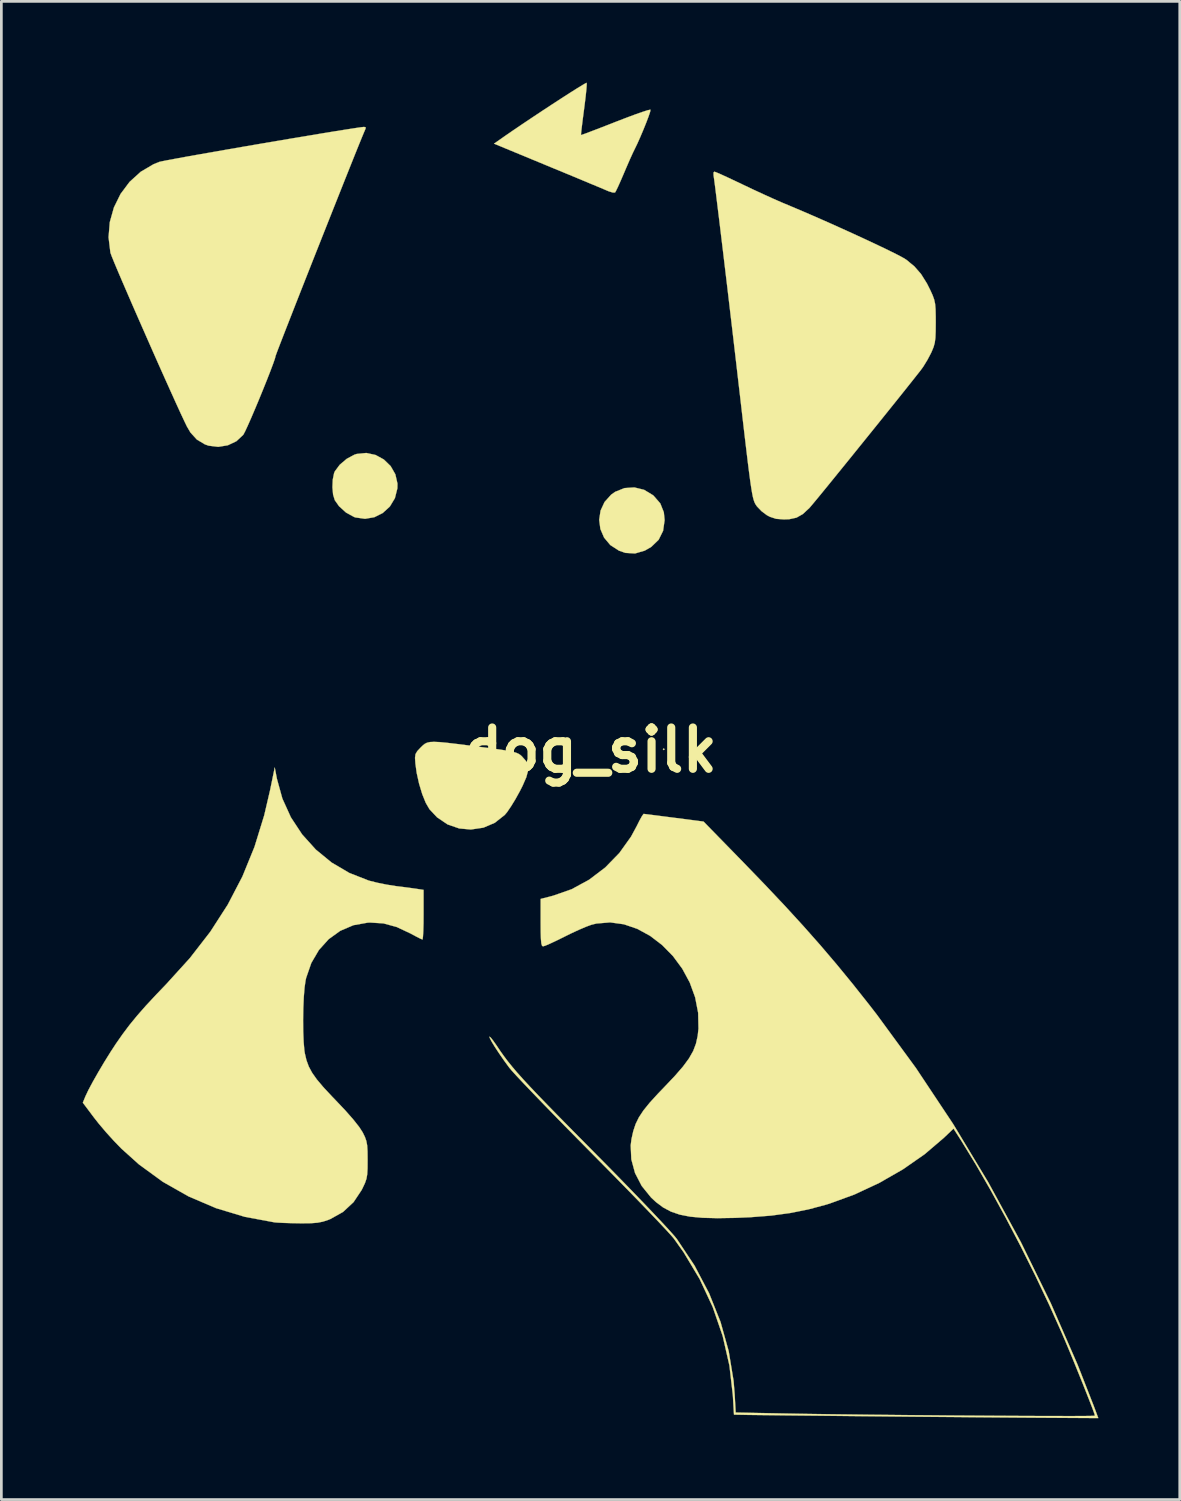
<source format=kicad_pcb>
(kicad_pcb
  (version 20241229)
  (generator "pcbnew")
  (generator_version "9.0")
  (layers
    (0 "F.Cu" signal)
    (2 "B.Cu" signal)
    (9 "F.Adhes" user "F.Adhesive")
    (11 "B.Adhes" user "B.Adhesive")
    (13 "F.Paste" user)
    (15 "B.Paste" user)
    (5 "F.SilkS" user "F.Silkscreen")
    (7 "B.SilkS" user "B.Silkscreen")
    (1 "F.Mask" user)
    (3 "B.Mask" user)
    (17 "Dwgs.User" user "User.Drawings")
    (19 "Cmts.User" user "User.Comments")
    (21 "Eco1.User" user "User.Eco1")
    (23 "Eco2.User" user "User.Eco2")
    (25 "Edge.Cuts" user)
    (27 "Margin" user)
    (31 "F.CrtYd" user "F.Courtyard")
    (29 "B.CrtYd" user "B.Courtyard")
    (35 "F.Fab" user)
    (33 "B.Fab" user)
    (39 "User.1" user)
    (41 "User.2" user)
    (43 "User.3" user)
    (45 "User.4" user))
  (footprint "dog_silk"
    (layer "F.Cu")
    (at 18.733 24.618)
    (property "Reference" "dog_silk" (at 0 0 0) (layer "F.SilkS") (effects (font (size 1.524 1.524) (thickness 0.3))))
    (attr through_hole)
    (fp_poly (pts (xy 2.731 -0.032) (xy 2.699 0) (xy 2.667 -0.032) (xy 2.699 -0.064) (xy 2.731 -0.032)) (stroke (width 0.01) (type solid)) (fill yes) (layer "F.SilkS"))
    (fp_poly (pts (xy 1.975 -9.601) (xy 2.302 -9.403) (xy 2.328 -9.38) (xy 2.572 -9.099) (xy 2.702 -8.773) (xy 2.731 -8.483) (xy 2.675 -8.089) (xy 2.511 -7.759) (xy 2.238 -7.496) (xy 2 -7.359) (xy 1.641 -7.254) (xy 1.284 -7.275) (xy 1.047 -7.357) (xy 0.728 -7.564) (xy 0.499 -7.837) (xy 0.362 -8.156) (xy 0.318 -8.496) (xy 0.369 -8.835) (xy 0.516 -9.152) (xy 0.76 -9.423) (xy 0.907 -9.527) (xy 1.251 -9.665) (xy 1.615 -9.689) (xy 1.975 -9.601)) (stroke (width 0.01) (type solid)) (fill yes) (layer "F.SilkS"))
    (fp_poly (pts (xy -7.929 -10.886) (xy -7.624 -10.719) (xy -7.374 -10.476) (xy -7.201 -10.174) (xy -7.123 -9.831) (xy -7.126 -9.656) (xy -7.217 -9.294) (xy -7.403 -8.986) (xy -7.663 -8.748) (xy -7.975 -8.591) (xy -8.318 -8.532) (xy -8.672 -8.582) (xy -8.723 -8.6) (xy -9.017 -8.76) (xy -9.279 -8.998) (xy -9.435 -9.22) (xy -9.497 -9.425) (xy -9.521 -9.695) (xy -9.509 -9.977) (xy -9.461 -10.214) (xy -9.433 -10.281) (xy -9.253 -10.524) (xy -8.997 -10.742) (xy -8.715 -10.895) (xy -8.627 -10.924) (xy -8.27 -10.96) (xy -7.929 -10.886)) (stroke (width 0.01) (type solid)) (fill yes) (layer "F.SilkS"))
    (fp_poly (pts (xy -5.566 -0.296) (xy -5.288 -0.269) (xy -4.923 -0.226) (xy -4.455 -0.167) (xy -4.166 -0.13) (xy -3.699 -0.069) (xy -3.341 -0.02) (xy -3.075 0.021) (xy -2.883 0.059) (xy -2.749 0.095) (xy -2.655 0.136) (xy -2.584 0.183) (xy -2.532 0.23) (xy -2.388 0.395) (xy -2.312 0.564) (xy -2.306 0.759) (xy -2.371 1.002) (xy -2.507 1.314) (xy -2.609 1.515) (xy -2.767 1.801) (xy -2.93 2.068) (xy -3.074 2.28) (xy -3.163 2.388) (xy -3.53 2.679) (xy -3.953 2.86) (xy -4.416 2.928) (xy -4.846 2.889) (xy -5.276 2.74) (xy -5.663 2.478) (xy -5.942 2.18) (xy -6.079 1.945) (xy -6.21 1.62) (xy -6.325 1.239) (xy -6.414 0.838) (xy -6.461 0.494) (xy -6.475 0.283) (xy -6.457 0.148) (xy -6.391 0.036) (xy -6.27 -0.093) (xy -6.19 -0.171) (xy -6.116 -0.231) (xy -6.032 -0.273) (xy -5.923 -0.298) (xy -5.773 -0.305) (xy -5.566 -0.296)) (stroke (width 0.01) (type solid)) (fill yes) (layer "F.SilkS"))
    (fp_poly (pts (xy -0.142 -24.543) (xy -0.155 -24.37) (xy -0.181 -24.116) (xy -0.219 -23.805) (xy -0.24 -23.642) (xy -0.283 -23.313) (xy -0.318 -23.032) (xy -0.343 -22.822) (xy -0.354 -22.704) (xy -0.354 -22.687) (xy -0.294 -22.705) (xy -0.134 -22.763) (xy 0.11 -22.856) (xy 0.421 -22.975) (xy 0.78 -23.115) (xy 0.924 -23.172) (xy 1.298 -23.316) (xy 1.629 -23.44) (xy 1.902 -23.536) (xy 2.097 -23.599) (xy 2.2 -23.622) (xy 2.21 -23.62) (xy 2.196 -23.541) (xy 2.14 -23.375) (xy 2.054 -23.147) (xy 1.949 -22.887) (xy 1.836 -22.62) (xy 1.727 -22.375) (xy 1.639 -22.193) (xy 1.559 -22.029) (xy 1.448 -21.784) (xy 1.322 -21.495) (xy 1.228 -21.273) (xy 1.112 -21.004) (xy 1.012 -20.78) (xy 0.937 -20.626) (xy 0.902 -20.567) (xy 0.822 -20.566) (xy 0.673 -20.611) (xy 0.603 -20.64) (xy 0.484 -20.691) (xy 0.263 -20.784) (xy -0.043 -20.911) (xy -0.418 -21.068) (xy -0.846 -21.246) (xy -1.312 -21.438) (xy -1.606 -21.56) (xy -3.561 -22.369) (xy -3.162 -22.648) (xy -2.86 -22.856) (xy -2.518 -23.088) (xy -2.152 -23.333) (xy -1.777 -23.582) (xy -1.407 -23.825) (xy -1.058 -24.052) (xy -0.745 -24.253) (xy -0.482 -24.419) (xy -0.285 -24.539) (xy -0.169 -24.605) (xy -0.145 -24.613) (xy -0.142 -24.543)) (stroke (width 0.01) (type solid)) (fill yes) (layer "F.SilkS"))
    (fp_poly (pts (xy -8.288 -22.963) (xy -8.319 -22.876) (xy -8.353 -22.798) (xy -8.429 -22.615) (xy -8.542 -22.338) (xy -8.687 -21.979) (xy -8.859 -21.549) (xy -9.054 -21.061) (xy -9.267 -20.525) (xy -9.494 -19.954) (xy -9.73 -19.359) (xy -9.971 -18.751) (xy -10.212 -18.143) (xy -10.448 -17.545) (xy -10.675 -16.969) (xy -10.888 -16.427) (xy -11.082 -15.931) (xy -11.254 -15.492) (xy -11.398 -15.121) (xy -11.51 -14.831) (xy -11.585 -14.633) (xy -11.619 -14.538) (xy -11.62 -14.532) (xy -11.644 -14.437) (xy -11.711 -14.246) (xy -11.811 -13.98) (xy -11.936 -13.66) (xy -12.078 -13.307) (xy -12.228 -12.94) (xy -12.378 -12.582) (xy -12.519 -12.252) (xy -12.643 -11.971) (xy -12.741 -11.76) (xy -12.805 -11.639) (xy -12.812 -11.629) (xy -13.062 -11.395) (xy -13.38 -11.244) (xy -13.733 -11.186) (xy -14.086 -11.229) (xy -14.224 -11.277) (xy -14.522 -11.455) (xy -14.756 -11.712) (xy -14.889 -11.938) (xy -14.985 -12.137) (xy -15.12 -12.425) (xy -15.287 -12.79) (xy -15.48 -13.217) (xy -15.694 -13.693) (xy -15.923 -14.205) (xy -16.16 -14.74) (xy -16.399 -15.283) (xy -16.636 -15.822) (xy -16.864 -16.342) (xy -17.076 -16.832) (xy -17.268 -17.276) (xy -17.433 -17.662) (xy -17.565 -17.976) (xy -17.658 -18.205) (xy -17.706 -18.335) (xy -17.711 -18.352) (xy -17.779 -18.915) (xy -17.733 -19.475) (xy -17.582 -20.014) (xy -17.336 -20.515) (xy -17.003 -20.96) (xy -16.593 -21.332) (xy -16.115 -21.613) (xy -15.915 -21.694) (xy -15.817 -21.717) (xy -15.607 -21.759) (xy -15.299 -21.816) (xy -14.908 -21.888) (xy -14.446 -21.97) (xy -13.928 -22.061) (xy -13.368 -22.159) (xy -12.779 -22.261) (xy -12.175 -22.365) (xy -11.57 -22.468) (xy -10.979 -22.568) (xy -10.413 -22.662) (xy -9.889 -22.75) (xy -9.418 -22.827) (xy -9.016 -22.891) (xy -8.695 -22.941) (xy -8.47 -22.974) (xy -8.355 -22.987) (xy -8.349 -22.987) (xy -8.288 -22.963)) (stroke (width 0.01) (type solid)) (fill yes) (layer "F.SilkS"))
    (fp_poly (pts (xy 4.64 -21.31) (xy 4.809 -21.237) (xy 5.051 -21.126) (xy 5.347 -20.987) (xy 5.599 -20.867) (xy 5.975 -20.688) (xy 6.364 -20.508) (xy 6.727 -20.343) (xy 7.031 -20.209) (xy 7.144 -20.162) (xy 7.607 -19.967) (xy 8.106 -19.753) (xy 8.625 -19.526) (xy 9.148 -19.292) (xy 9.66 -19.06) (xy 10.146 -18.836) (xy 10.591 -18.627) (xy 10.979 -18.441) (xy 11.295 -18.284) (xy 11.523 -18.163) (xy 11.642 -18.091) (xy 11.945 -17.841) (xy 12.189 -17.561) (xy 12.406 -17.215) (xy 12.53 -16.968) (xy 12.616 -16.779) (xy 12.673 -16.621) (xy 12.708 -16.461) (xy 12.725 -16.263) (xy 12.731 -15.994) (xy 12.732 -15.78) (xy 12.729 -15.445) (xy 12.719 -15.204) (xy 12.695 -15.023) (xy 12.652 -14.869) (xy 12.586 -14.708) (xy 12.558 -14.647) (xy 12.426 -14.396) (xy 12.273 -14.146) (xy 12.177 -14.013) (xy 11.955 -13.732) (xy 11.685 -13.392) (xy 11.376 -13.005) (xy 11.037 -12.583) (xy 10.678 -12.136) (xy 10.309 -11.678) (xy 9.938 -11.219) (xy 9.576 -10.77) (xy 9.231 -10.345) (xy 8.914 -9.954) (xy 8.633 -9.609) (xy 8.398 -9.322) (xy 8.218 -9.105) (xy 8.103 -8.968) (xy 8.072 -8.932) (xy 7.829 -8.707) (xy 7.596 -8.575) (xy 7.329 -8.517) (xy 7.131 -8.51) (xy 6.845 -8.531) (xy 6.613 -8.607) (xy 6.498 -8.669) (xy 6.304 -8.815) (xy 6.137 -8.99) (xy 6.097 -9.047) (xy 6.067 -9.099) (xy 6.04 -9.159) (xy 6.014 -9.236) (xy 5.987 -9.341) (xy 5.959 -9.481) (xy 5.928 -9.668) (xy 5.892 -9.91) (xy 5.851 -10.217) (xy 5.803 -10.597) (xy 5.747 -11.061) (xy 5.681 -11.619) (xy 5.604 -12.278) (xy 5.515 -13.05) (xy 5.463 -13.494) (xy 5.385 -14.168) (xy 5.303 -14.87) (xy 5.219 -15.587) (xy 5.134 -16.307) (xy 5.05 -17.02) (xy 4.967 -17.713) (xy 4.888 -18.375) (xy 4.813 -18.995) (xy 4.745 -19.561) (xy 4.683 -20.062) (xy 4.631 -20.486) (xy 4.589 -20.821) (xy 4.558 -21.056) (xy 4.54 -21.18) (xy 4.538 -21.193) (xy 4.535 -21.303) (xy 4.566 -21.336) (xy 4.64 -21.31)) (stroke (width 0.01) (type solid)) (fill yes) (layer "F.SilkS"))
    (fp_poly (pts (xy -11.57 1.055) (xy -11.367 1.79) (xy -11.054 2.479) (xy -10.639 3.109) (xy -10.134 3.669) (xy -9.551 4.147) (xy -8.898 4.531) (xy -8.188 4.81) (xy -8.16 4.818) (xy -7.869 4.891) (xy -7.524 4.961) (xy -7.195 5.013) (xy -7.176 5.016) (xy -6.892 5.051) (xy -6.627 5.086) (xy -6.429 5.114) (xy -6.398 5.119) (xy -6.16 5.155) (xy -6.16 6.07) (xy -6.162 6.394) (xy -6.17 6.668) (xy -6.181 6.869) (xy -6.195 6.975) (xy -6.201 6.985) (xy -6.273 6.956) (xy -6.424 6.88) (xy -6.621 6.774) (xy -6.63 6.769) (xy -7.146 6.526) (xy -7.639 6.391) (xy -8.135 6.36) (xy -8.222 6.364) (xy -8.749 6.458) (xy -9.233 6.665) (xy -9.66 6.973) (xy -10.019 7.371) (xy -10.3 7.85) (xy -10.49 8.398) (xy -10.511 8.492) (xy -10.549 8.753) (xy -10.578 9.107) (xy -10.596 9.52) (xy -10.603 9.957) (xy -10.599 10.385) (xy -10.583 10.77) (xy -10.556 11.078) (xy -10.54 11.181) (xy -10.48 11.437) (xy -10.395 11.669) (xy -10.272 11.898) (xy -10.099 12.144) (xy -9.861 12.427) (xy -9.546 12.765) (xy -9.395 12.922) (xy -9.042 13.295) (xy -8.753 13.624) (xy -8.537 13.897) (xy -8.407 14.097) (xy -8.324 14.266) (xy -8.271 14.416) (xy -8.24 14.581) (xy -8.227 14.8) (xy -8.224 15.108) (xy -8.224 15.119) (xy -8.226 15.426) (xy -8.238 15.644) (xy -8.267 15.813) (xy -8.322 15.972) (xy -8.41 16.158) (xy -8.445 16.227) (xy -8.743 16.674) (xy -9.129 17.033) (xy -9.594 17.294) (xy -9.68 17.329) (xy -9.874 17.392) (xy -10.072 17.431) (xy -10.311 17.45) (xy -10.627 17.454) (xy -10.75 17.453) (xy -11.058 17.447) (xy -11.338 17.438) (xy -11.553 17.427) (xy -11.652 17.419) (xy -12.756 17.214) (xy -13.817 16.894) (xy -14.827 16.462) (xy -15.777 15.923) (xy -16.658 15.281) (xy -17.304 14.7) (xy -17.581 14.414) (xy -17.875 14.09) (xy -18.144 13.772) (xy -18.306 13.566) (xy -18.728 13.004) (xy -18.633 12.772) (xy -18.525 12.544) (xy -18.362 12.238) (xy -18.16 11.882) (xy -17.936 11.504) (xy -17.705 11.133) (xy -17.512 10.837) (xy -17.26 10.476) (xy -17.003 10.134) (xy -16.72 9.789) (xy -16.395 9.419) (xy -16.007 9.003) (xy -15.655 8.636) (xy -14.781 7.673) (xy -14.026 6.699) (xy -13.383 5.701) (xy -12.842 4.662) (xy -12.396 3.568) (xy -12.037 2.404) (xy -11.821 1.478) (xy -11.649 0.639) (xy -11.57 1.055)) (stroke (width 0.01) (type solid)) (fill yes) (layer "F.SilkS"))
    (fp_poly (pts (xy 2.033 2.361) (xy 2.211 2.383) (xy 2.472 2.416) (xy 2.795 2.458) (xy 3.084 2.495) (xy 4.167 2.635) (xy 5.624 4.128) (xy 6.437 4.97) (xy 7.172 5.749) (xy 7.845 6.484) (xy 8.474 7.195) (xy 9.076 7.902) (xy 9.669 8.625) (xy 10.27 9.383) (xy 10.552 9.747) (xy 11.999 11.723) (xy 13.374 13.791) (xy 14.667 15.937) (xy 15.87 18.144) (xy 16.972 20.394) (xy 17.965 22.671) (xy 18.567 24.209) (xy 18.727 24.638) (xy 16.65 24.625) (xy 16.203 24.622) (xy 15.648 24.618) (xy 15.004 24.613) (xy 14.289 24.607) (xy 13.522 24.6) (xy 12.722 24.593) (xy 11.907 24.586) (xy 11.098 24.578) (xy 10.414 24.571) (xy 9.684 24.564) (xy 8.979 24.556) (xy 8.313 24.549) (xy 7.697 24.543) (xy 7.144 24.537) (xy 6.666 24.531) (xy 6.274 24.527) (xy 5.982 24.523) (xy 5.801 24.521) (xy 5.772 24.52) (xy 5.29 24.511) (xy 5.248 23.797) (xy 5.121 22.697) (xy 4.872 21.608) (xy 4.505 20.541) (xy 4.024 19.51) (xy 3.434 18.525) (xy 3.07 18.014) (xy 2.971 17.898) (xy 2.792 17.702) (xy 2.541 17.434) (xy 2.227 17.105) (xy 1.858 16.721) (xy 1.444 16.295) (xy 0.992 15.833) (xy 0.513 15.346) (xy 0.032 14.859) (xy -0.465 14.356) (xy -0.943 13.871) (xy -1.392 13.411) (xy -1.804 12.987) (xy -2.17 12.607) (xy -2.481 12.281) (xy -2.729 12.017) (xy -2.904 11.825) (xy -2.996 11.716) (xy -3.186 11.456) (xy -3.367 11.195) (xy -3.525 10.955) (xy -3.647 10.755) (xy -3.718 10.618) (xy -3.73 10.567) (xy -3.684 10.601) (xy -3.591 10.718) (xy -3.468 10.893) (xy -3.46 10.905) (xy -3.33 11.099) (xy -3.197 11.286) (xy -3.055 11.475) (xy -2.895 11.673) (xy -2.71 11.891) (xy -2.492 12.135) (xy -2.232 12.416) (xy -1.924 12.741) (xy -1.558 13.119) (xy -1.128 13.559) (xy -0.625 14.07) (xy -0.042 14.659) (xy 0.093 14.796) (xy 0.593 15.301) (xy 1.075 15.793) (xy 1.53 16.261) (xy 1.949 16.696) (xy 2.323 17.088) (xy 2.643 17.428) (xy 2.9 17.706) (xy 3.085 17.913) (xy 3.184 18.034) (xy 3.835 19.013) (xy 4.372 20.034) (xy 4.793 21.089) (xy 5.095 22.169) (xy 5.275 23.266) (xy 5.315 23.758) (xy 5.352 24.433) (xy 7.264 24.471) (xy 7.749 24.48) (xy 8.306 24.488) (xy 8.925 24.497) (xy 9.593 24.505) (xy 10.302 24.514) (xy 11.041 24.521) (xy 11.798 24.529) (xy 12.565 24.535) (xy 13.329 24.542) (xy 14.081 24.547) (xy 14.81 24.552) (xy 15.506 24.556) (xy 16.157 24.559) (xy 16.754 24.561) (xy 17.286 24.562) (xy 17.743 24.563) (xy 18.114 24.561) (xy 18.388 24.559) (xy 18.555 24.555) (xy 18.605 24.551) (xy 18.582 24.473) (xy 18.518 24.297) (xy 18.419 24.04) (xy 18.294 23.721) (xy 18.15 23.358) (xy 17.993 22.97) (xy 17.833 22.575) (xy 17.675 22.192) (xy 17.527 21.839) (xy 17.397 21.534) (xy 17.378 21.49) (xy 16.914 20.456) (xy 16.407 19.388) (xy 15.87 18.312) (xy 15.316 17.253) (xy 14.759 16.236) (xy 14.212 15.286) (xy 13.688 14.429) (xy 13.619 14.321) (xy 13.388 13.96) (xy 13.028 14.303) (xy 12.324 14.904) (xy 11.522 15.462) (xy 10.651 15.962) (xy 9.736 16.39) (xy 8.806 16.729) (xy 8.687 16.765) (xy 8.028 16.941) (xy 7.364 17.074) (xy 6.664 17.169) (xy 5.893 17.229) (xy 5.334 17.253) (xy 4.677 17.264) (xy 4.129 17.25) (xy 3.672 17.208) (xy 3.289 17.133) (xy 2.963 17.021) (xy 2.676 16.868) (xy 2.413 16.67) (xy 2.231 16.501) (xy 1.886 16.075) (xy 1.64 15.599) (xy 1.503 15.094) (xy 1.48 14.581) (xy 1.509 14.348) (xy 1.575 14.053) (xy 1.662 13.791) (xy 1.783 13.544) (xy 1.952 13.288) (xy 2.181 13.005) (xy 2.485 12.672) (xy 2.728 12.419) (xy 3.111 12.015) (xy 3.408 11.673) (xy 3.629 11.373) (xy 3.786 11.096) (xy 3.889 10.823) (xy 3.952 10.534) (xy 3.98 10.274) (xy 3.968 9.689) (xy 3.857 9.117) (xy 3.658 8.571) (xy 3.382 8.061) (xy 3.039 7.597) (xy 2.641 7.191) (xy 2.2 6.853) (xy 1.725 6.593) (xy 1.229 6.424) (xy 0.722 6.354) (xy 0.216 6.396) (xy 0.027 6.443) (xy -0.156 6.51) (xy -0.415 6.62) (xy -0.714 6.758) (xy -0.977 6.888) (xy -1.252 7.024) (xy -1.489 7.135) (xy -1.665 7.211) (xy -1.755 7.239) (xy -1.755 7.239) (xy -1.791 7.214) (xy -1.816 7.128) (xy -1.831 6.965) (xy -1.839 6.707) (xy -1.841 6.364) (xy -1.841 5.489) (xy -1.384 5.371) (xy -0.698 5.131) (xy -0.051 4.779) (xy 0.541 4.329) (xy 1.061 3.795) (xy 1.493 3.191) (xy 1.699 2.81) (xy 1.806 2.596) (xy 1.895 2.436) (xy 1.952 2.356) (xy 1.96 2.352) (xy 2.033 2.361)) (stroke (width 0.01) (type solid)) (fill yes) (layer "F.SilkS")))
  (gr_rect
    (start -3 -3)
    (end 40.465 52.261)
    (stroke (width 0.1) (type default))
    (fill no)
    (layer "Edge.Cuts")))
</source>
